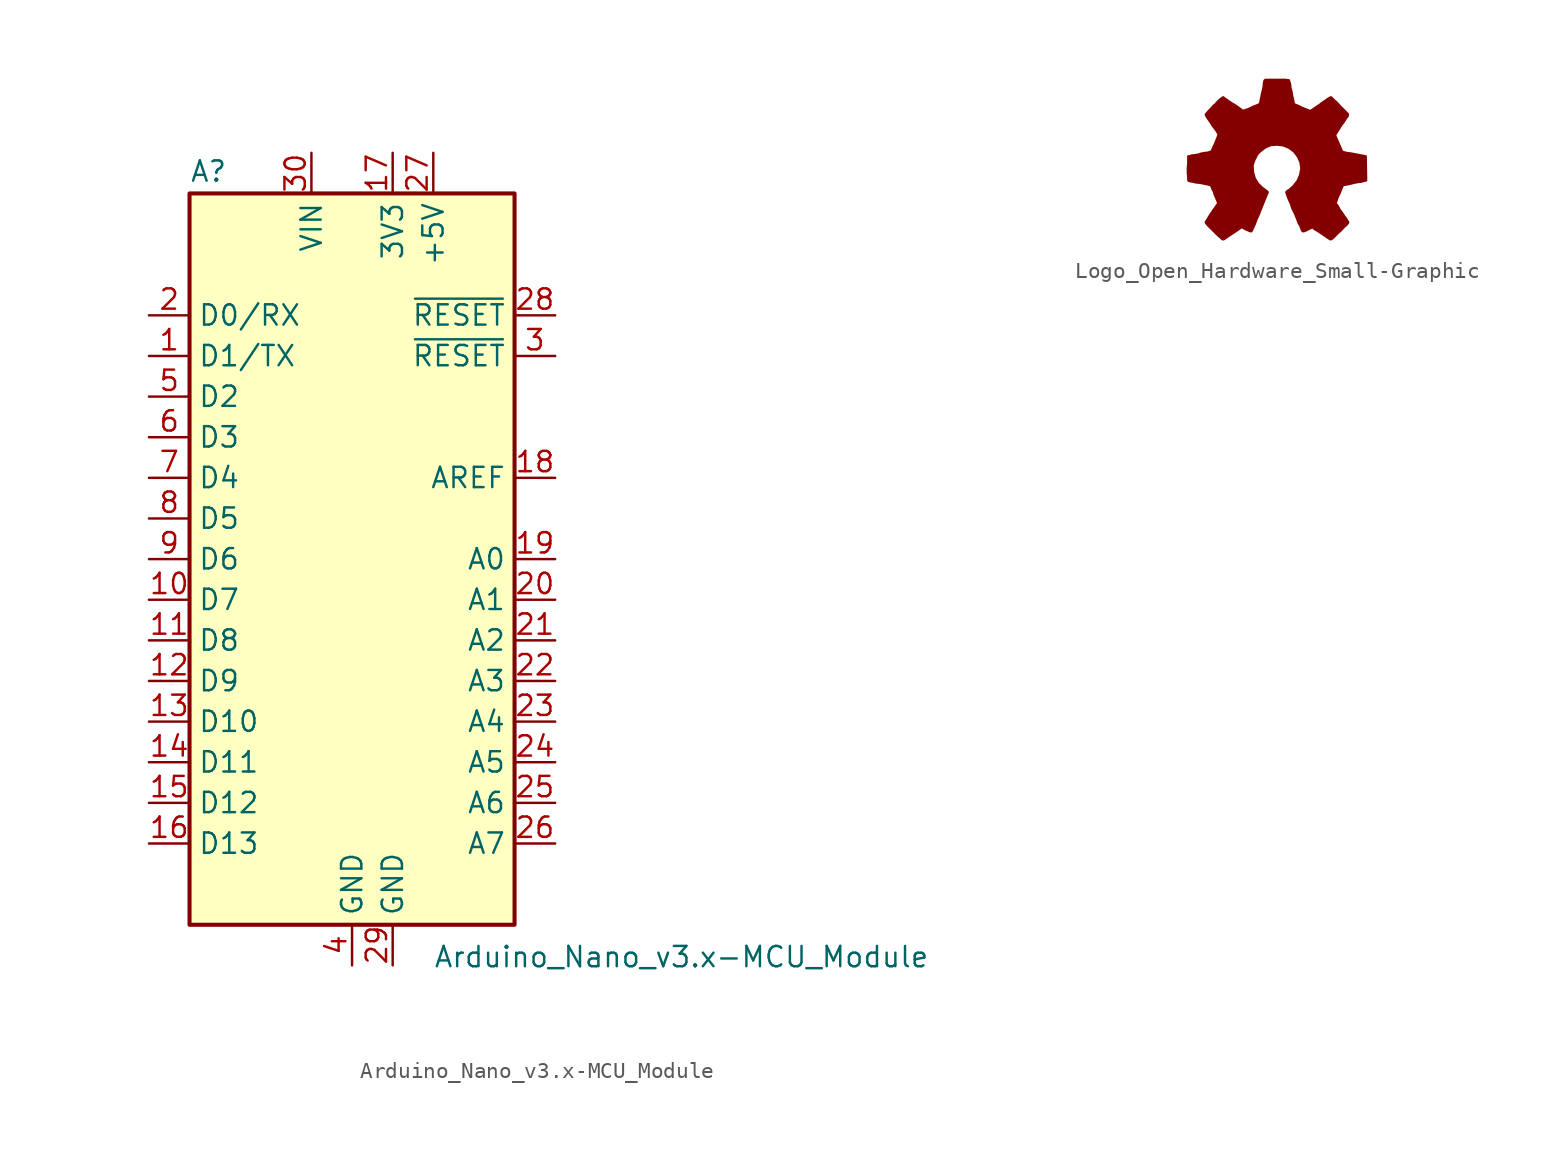
<source format=kicad_sym>
(kicad_symbol_lib
  (version 20220914)
  (generator kicad_symbol_editor)
  (symbol "Arduino_Nano_v3.x-MCU_Module"
    (property "Reference" "A"
      (at -10.16 23.495 0)
      (effects (font (size 1.27 1.27)) (justify left bottom)))
    (property "Value" "Arduino_Nano_v3.x-MCU_Module"
      (at 5.08 -24.13 0)
      (effects (font (size 1.27 1.27)) (justify left top)))
    (symbol "Arduino_Nano_v3.x-MCU_Module_0_1"
      (rectangle (start -10.16 22.86) (end 10.16 -22.86) (stroke (width 0.254) (type solid)) (fill (type background))))
    (symbol "Arduino_Nano_v3.x-MCU_Module_1_1"
      (pin bidirectional line (at -12.7 12.7 0) (length 2.54) (name "D1/TX" (effects (font (size 1.27 1.27)))) (number "1" (effects (font (size 1.27 1.27)))))
      (pin bidirectional line (at -12.7 -2.54 0) (length 2.54) (name "D7" (effects (font (size 1.27 1.27)))) (number "10" (effects (font (size 1.27 1.27)))))
      (pin bidirectional line (at -12.7 -5.08 0) (length 2.54) (name "D8" (effects (font (size 1.27 1.27)))) (number "11" (effects (font (size 1.27 1.27)))))
      (pin bidirectional line (at -12.7 -7.62 0) (length 2.54) (name "D9" (effects (font (size 1.27 1.27)))) (number "12" (effects (font (size 1.27 1.27)))))
      (pin bidirectional line (at -12.7 -10.16 0) (length 2.54) (name "D10" (effects (font (size 1.27 1.27)))) (number "13" (effects (font (size 1.27 1.27)))))
      (pin bidirectional line (at -12.7 -12.7 0) (length 2.54) (name "D11" (effects (font (size 1.27 1.27)))) (number "14" (effects (font (size 1.27 1.27)))))
      (pin bidirectional line (at -12.7 -15.24 0) (length 2.54) (name "D12" (effects (font (size 1.27 1.27)))) (number "15" (effects (font (size 1.27 1.27)))))
      (pin bidirectional line (at -12.7 -17.78 0) (length 2.54) (name "D13" (effects (font (size 1.27 1.27)))) (number "16" (effects (font (size 1.27 1.27)))))
      (pin power_out line (at 2.54 25.4 270) (length 2.54) (name "3V3" (effects (font (size 1.27 1.27)))) (number "17" (effects (font (size 1.27 1.27)))))
      (pin input line (at 12.7 5.08 180) (length 2.54) (name "AREF" (effects (font (size 1.27 1.27)))) (number "18" (effects (font (size 1.27 1.27)))))
      (pin bidirectional line (at 12.7 0 180) (length 2.54) (name "A0" (effects (font (size 1.27 1.27)))) (number "19" (effects (font (size 1.27 1.27)))))
      (pin bidirectional line (at -12.7 15.24 0) (length 2.54) (name "D0/RX" (effects (font (size 1.27 1.27)))) (number "2" (effects (font (size 1.27 1.27)))))
      (pin bidirectional line (at 12.7 -2.54 180) (length 2.54) (name "A1" (effects (font (size 1.27 1.27)))) (number "20" (effects (font (size 1.27 1.27)))))
      (pin bidirectional line (at 12.7 -5.08 180) (length 2.54) (name "A2" (effects (font (size 1.27 1.27)))) (number "21" (effects (font (size 1.27 1.27)))))
      (pin bidirectional line (at 12.7 -7.62 180) (length 2.54) (name "A3" (effects (font (size 1.27 1.27)))) (number "22" (effects (font (size 1.27 1.27)))))
      (pin bidirectional line (at 12.7 -10.16 180) (length 2.54) (name "A4" (effects (font (size 1.27 1.27)))) (number "23" (effects (font (size 1.27 1.27)))))
      (pin bidirectional line (at 12.7 -12.7 180) (length 2.54) (name "A5" (effects (font (size 1.27 1.27)))) (number "24" (effects (font (size 1.27 1.27)))))
      (pin bidirectional line (at 12.7 -15.24 180) (length 2.54) (name "A6" (effects (font (size 1.27 1.27)))) (number "25" (effects (font (size 1.27 1.27)))))
      (pin bidirectional line (at 12.7 -17.78 180) (length 2.54) (name "A7" (effects (font (size 1.27 1.27)))) (number "26" (effects (font (size 1.27 1.27)))))
      (pin power_out line (at 5.08 25.4 270) (length 2.54) (name "+5V" (effects (font (size 1.27 1.27)))) (number "27" (effects (font (size 1.27 1.27)))))
      (pin input line (at 12.7 15.24 180) (length 2.54) (name "~{RESET}" (effects (font (size 1.27 1.27)))) (number "28" (effects (font (size 1.27 1.27)))))
      (pin power_in line (at 2.54 -25.4 90) (length 2.54) (name "GND" (effects (font (size 1.27 1.27)))) (number "29" (effects (font (size 1.27 1.27)))))
      (pin input line (at 12.7 12.7 180) (length 2.54) (name "~{RESET}" (effects (font (size 1.27 1.27)))) (number "3" (effects (font (size 1.27 1.27)))))
      (pin power_in line (at -2.54 25.4 270) (length 2.54) (name "VIN" (effects (font (size 1.27 1.27)))) (number "30" (effects (font (size 1.27 1.27)))))
      (pin power_in line (at 0 -25.4 90) (length 2.54) (name "GND" (effects (font (size 1.27 1.27)))) (number "4" (effects (font (size 1.27 1.27)))))
      (pin bidirectional line (at -12.7 10.16 0) (length 2.54) (name "D2" (effects (font (size 1.27 1.27)))) (number "5" (effects (font (size 1.27 1.27)))))
      (pin bidirectional line (at -12.7 7.62 0) (length 2.54) (name "D3" (effects (font (size 1.27 1.27)))) (number "6" (effects (font (size 1.27 1.27)))))
      (pin bidirectional line (at -12.7 5.08 0) (length 2.54) (name "D4" (effects (font (size 1.27 1.27)))) (number "7" (effects (font (size 1.27 1.27)))))
      (pin bidirectional line (at -12.7 2.54 0) (length 2.54) (name "D5" (effects (font (size 1.27 1.27)))) (number "8" (effects (font (size 1.27 1.27)))))
      (pin bidirectional line (at -12.7 0 0) (length 2.54) (name "D6" (effects (font (size 1.27 1.27)))) (number "9" (effects (font (size 1.27 1.27)))))))
  (symbol "Logo_Open_Hardware_Small-Graphic"
    (pin_names
      (offset 1.016))
    (property "Reference" "#LOGO"
      (at 0 6.985 0)
      (effects (font (size 1.27 1.27)) hide))
    (symbol "Logo_Open_Hardware_Small-Graphic_0_1"
      (polyline (pts (xy 3.353 -4.343) (xy 3.302 -4.318) (xy 3.175 -4.242) (xy 2.997 -4.115) (xy 2.769 -3.962) (xy 2.54 -3.81) (xy 2.362 -3.708) (xy 2.235 -3.607) (xy 2.184 -3.581) (xy 2.159 -3.607) (xy 2.057 -3.658) (xy 1.905 -3.734) (xy 1.803 -3.785) (xy 1.676 -3.835) (xy 1.6 -3.835) (xy 1.6 -3.835) (xy 1.549 -3.734) (xy 1.473 -3.531) (xy 1.346 -3.302) (xy 1.245 -3.023) (xy 1.118 -2.718) (xy 0.965 -2.413) (xy 0.864 -2.108) (xy 0.737 -1.829) (xy 0.66 -1.626) (xy 0.61 -1.473) (xy 0.584 -1.397) (xy 0.584 -1.397) (xy 0.66 -1.321) (xy 0.787 -1.245) (xy 1.041 -1.016) (xy 1.295 -0.686) (xy 1.448 -0.33) (xy 1.524 0.076) (xy 1.473 0.457) (xy 1.321 0.813) (xy 1.067 1.143) (xy 0.762 1.372) (xy 0.406 1.524) (xy 0 1.575) (xy -0.381 1.549) (xy -0.737 1.397) (xy -1.067 1.143) (xy -1.219 0.991) (xy -1.397 0.66) (xy -1.524 0.305) (xy -1.524 0.229) (xy -1.499 -0.178) (xy -1.397 -0.533) (xy -1.194 -0.864) (xy -0.914 -1.143) (xy -0.864 -1.168) (xy -0.737 -1.27) (xy -0.635 -1.346) (xy -0.584 -1.397) (xy -1.067 -2.591) (xy -1.143 -2.794) (xy -1.295 -3.124) (xy -1.397 -3.404) (xy -1.499 -3.632) (xy -1.575 -3.785) (xy -1.6 -3.835) (xy -1.6 -3.835) (xy -1.651 -3.835) (xy -1.727 -3.81) (xy -1.905 -3.734) (xy -2.007 -3.683) (xy -2.134 -3.607) (xy -2.21 -3.581) (xy -2.261 -3.607) (xy -2.362 -3.683) (xy -2.54 -3.81) (xy -2.769 -3.962) (xy -2.972 -4.089) (xy -3.15 -4.216) (xy -3.302 -4.318) (xy -3.353 -4.343) (xy -3.378 -4.343) (xy -3.429 -4.318) (xy -3.531 -4.216) (xy -3.708 -4.064) (xy -3.937 -3.835) (xy -3.962 -3.81) (xy -4.166 -3.607) (xy -4.318 -3.454) (xy -4.42 -3.327) (xy -4.445 -3.277) (xy -4.445 -3.277) (xy -4.42 -3.226) (xy -4.318 -3.073) (xy -4.216 -2.896) (xy -4.064 -2.667) (xy -3.658 -2.083) (xy -3.886 -1.549) (xy -3.937 -1.372) (xy -4.039 -1.168) (xy -4.089 -1.041) (xy -4.115 -0.965) (xy -4.191 -0.94) (xy -4.318 -0.914) (xy -4.547 -0.864) (xy -4.801 -0.813) (xy -5.055 -0.787) (xy -5.258 -0.737) (xy -5.436 -0.711) (xy -5.512 -0.686) (xy -5.512 -0.686) (xy -5.537 -0.635) (xy -5.537 -0.559) (xy -5.537 -0.432) (xy -5.563 -0.229) (xy -5.563 0.076) (xy -5.563 0.127) (xy -5.537 0.406) (xy -5.537 0.635) (xy -5.537 0.762) (xy -5.537 0.838) (xy -5.537 0.838) (xy -5.461 0.838) (xy -5.309 0.889) (xy -5.08 0.914) (xy -4.826 0.965) (xy -4.801 0.991) (xy -4.547 1.041) (xy -4.318 1.067) (xy -4.166 1.118) (xy -4.089 1.143) (xy -4.089 1.143) (xy -4.039 1.245) (xy -3.962 1.422) (xy -3.861 1.626) (xy -3.785 1.829) (xy -3.708 2.007) (xy -3.658 2.159) (xy -3.632 2.21) (xy -3.632 2.21) (xy -3.683 2.286) (xy -3.759 2.413) (xy -3.886 2.591) (xy -4.064 2.819) (xy -4.064 2.845) (xy -4.216 3.073) (xy -4.343 3.251) (xy -4.42 3.378) (xy -4.445 3.454) (xy -4.445 3.454) (xy -4.394 3.505) (xy -4.293 3.632) (xy -4.115 3.81) (xy -3.937 4.013) (xy -3.861 4.064) (xy -3.658 4.293) (xy -3.505 4.42) (xy -3.404 4.496) (xy -3.353 4.521) (xy -3.353 4.521) (xy -3.302 4.47) (xy -3.15 4.369) (xy -2.972 4.242) (xy -2.743 4.089) (xy -2.718 4.089) (xy -2.489 3.937) (xy -2.311 3.81) (xy -2.184 3.708) (xy -2.134 3.683) (xy -2.108 3.683) (xy -2.032 3.708) (xy -1.854 3.759) (xy -1.676 3.835) (xy -1.473 3.937) (xy -1.27 4.013) (xy -1.143 4.064) (xy -1.067 4.115) (xy -1.067 4.115) (xy -1.041 4.191) (xy -1.016 4.343) (xy -0.965 4.572) (xy -0.914 4.851) (xy -0.889 4.902) (xy -0.838 5.156) (xy -0.813 5.385) (xy -0.787 5.537) (xy -0.762 5.588) (xy -0.711 5.613) (xy -0.584 5.613) (xy -0.406 5.613) (xy -0.152 5.613) (xy 0.076 5.613) (xy 0.33 5.613) (xy 0.533 5.613) (xy 0.686 5.588) (xy 0.737 5.588) (xy 0.737 5.588) (xy 0.762 5.512) (xy 0.813 5.334) (xy 0.838 5.105) (xy 0.914 4.826) (xy 0.914 4.775) (xy 0.965 4.521) (xy 1.016 4.293) (xy 1.041 4.14) (xy 1.067 4.089) (xy 1.067 4.089) (xy 1.194 4.039) (xy 1.372 3.962) (xy 1.575 3.861) (xy 2.083 3.658) (xy 2.718 4.089) (xy 2.769 4.14) (xy 2.997 4.293) (xy 3.175 4.42) (xy 3.302 4.496) (xy 3.378 4.521) (xy 3.378 4.521) (xy 3.429 4.47) (xy 3.556 4.343) (xy 3.734 4.191) (xy 3.912 3.988) (xy 4.064 3.835) (xy 4.242 3.658) (xy 4.343 3.556) (xy 4.42 3.48) (xy 4.42 3.429) (xy 4.42 3.404) (xy 4.394 3.327) (xy 4.293 3.2) (xy 4.166 2.997) (xy 4.013 2.794) (xy 3.886 2.591) (xy 3.759 2.388) (xy 3.658 2.235) (xy 3.632 2.159) (xy 3.632 2.134) (xy 3.683 2.007) (xy 3.759 1.829) (xy 3.861 1.6) (xy 4.064 1.118) (xy 4.394 1.041) (xy 4.597 1.016) (xy 4.877 0.965) (xy 5.131 0.914) (xy 5.537 0.838) (xy 5.563 -0.66) (xy 5.486 -0.686) (xy 5.436 -0.686) (xy 5.283 -0.737) (xy 5.055 -0.762) (xy 4.801 -0.813) (xy 4.597 -0.864) (xy 4.369 -0.914) (xy 4.216 -0.94) (xy 4.14 -0.94) (xy 4.115 -0.965) (xy 4.064 -1.067) (xy 3.988 -1.245) (xy 3.912 -1.448) (xy 3.81 -1.651) (xy 3.734 -1.854) (xy 3.683 -2.007) (xy 3.658 -2.083) (xy 3.683 -2.134) (xy 3.785 -2.261) (xy 3.886 -2.464) (xy 4.039 -2.667) (xy 4.191 -2.896) (xy 4.318 -3.073) (xy 4.394 -3.2) (xy 4.445 -3.277) (xy 4.42 -3.327) (xy 4.343 -3.429) (xy 4.166 -3.581) (xy 3.937 -3.835) (xy 3.886 -3.861) (xy 3.683 -4.064) (xy 3.531 -4.216) (xy 3.404 -4.318) (xy 3.353 -4.343)) (stroke (width 0) (type solid)) (fill (type outline))))))
</source>
